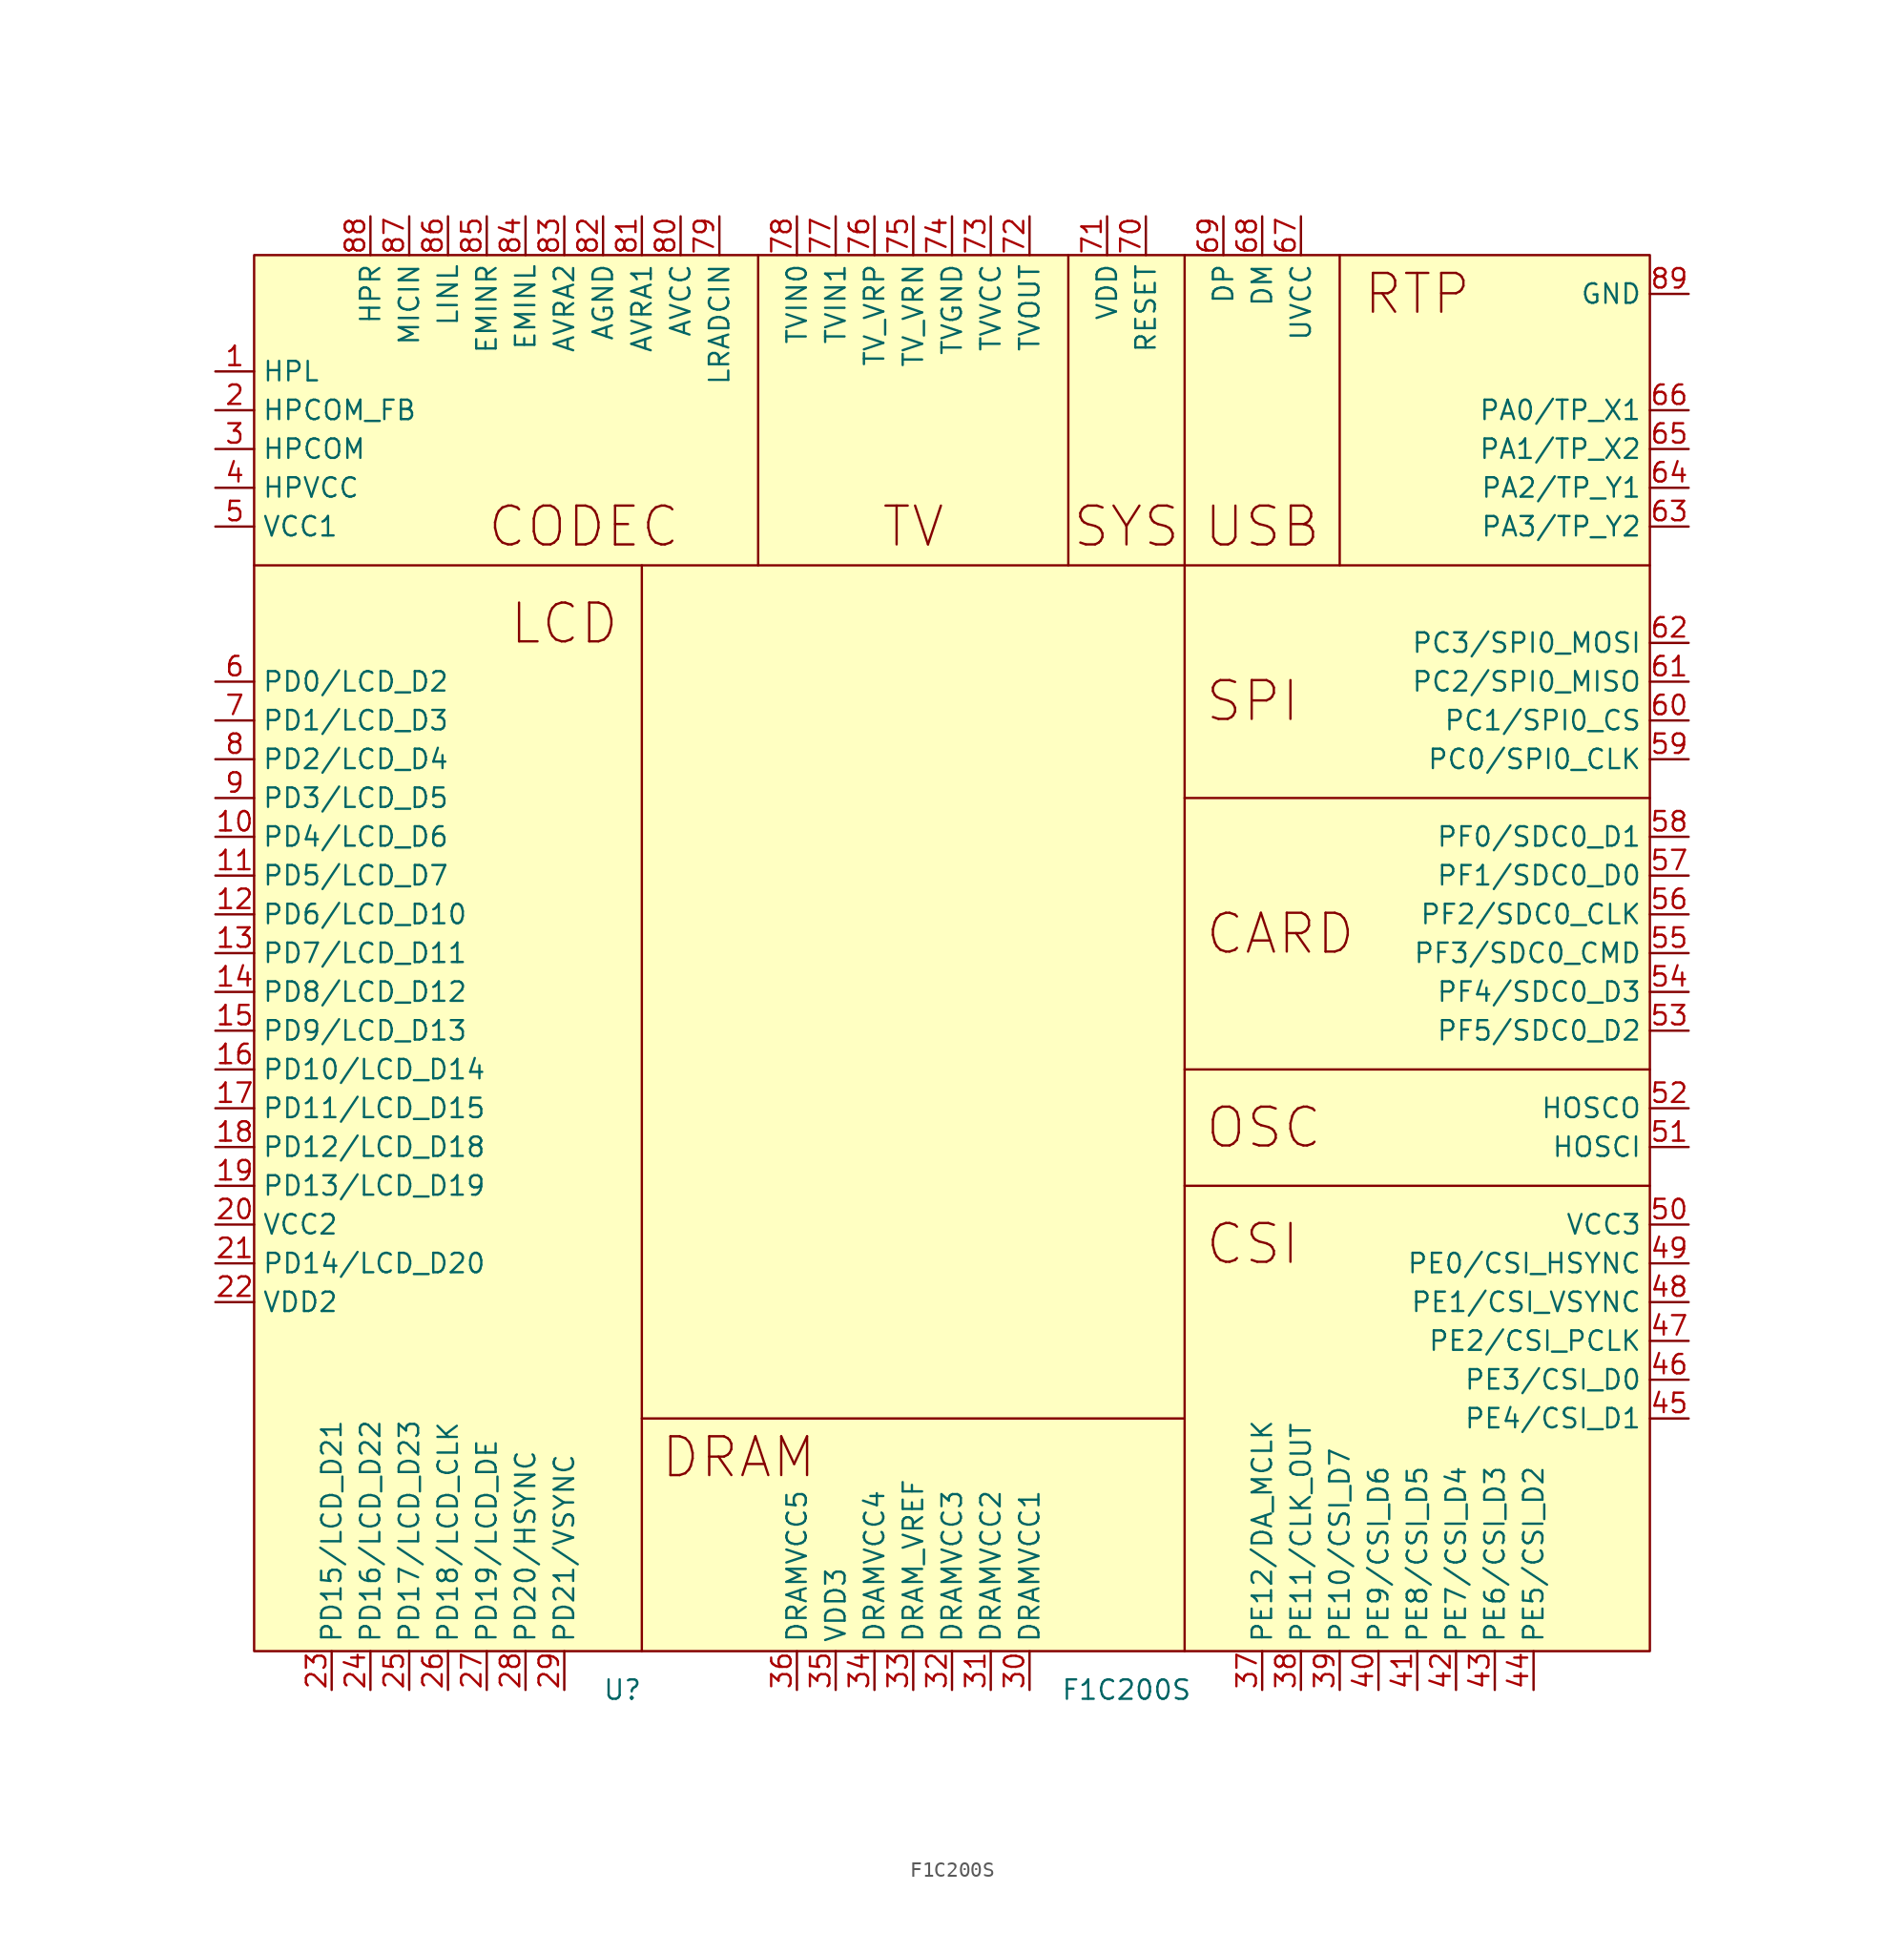
<source format=kicad_sym>
(kicad_symbol_lib
  (version 20211014)
  (generator kicad_symbol_editor)
  (symbol "F1C200S"
    (property "Reference" "U"
      (at 24.13 -93.98 0)
      (effects (font (size 1.27 1.27))))
    (property "Value" "F1C200S"
      (at 57.15 -93.98 0)
      (effects (font (size 1.27 1.27))))
    (symbol "F1C200S_0_0"
      (text "CARD" (at 62.23 -44.45 0) (effects (font (size 2.54 2.54)) (justify left)))
      (text "CODEC" (at 21.59 -17.78 0) (effects (font (size 2.54 2.54))))
      (text "CSI" (at 62.23 -64.77 0) (effects (font (size 2.54 2.54)) (justify left)))
      (text "DRAM" (at 31.75 -78.74 0) (effects (font (size 2.54 2.54))))
      (text "LCD" (at 20.32 -24.13 0) (effects (font (size 2.54 2.54))))
      (text "OSC" (at 62.23 -57.15 0) (effects (font (size 2.54 2.54)) (justify left)))
      (text "RTP" (at 76.2 -2.54 0) (effects (font (size 2.54 2.54))))
      (text "SPI" (at 62.23 -29.21 0) (effects (font (size 2.54 2.54)) (justify left)))
      (text "SYS" (at 57.15 -17.78 0) (effects (font (size 2.54 2.54))))
      (text "TV" (at 43.18 -17.78 0) (effects (font (size 2.54 2.54))))
      (text "USB" (at 66.04 -17.78 0) (effects (font (size 2.54 2.54)))))
    (symbol "F1C200S_0_1"
      (polyline (pts (xy 25.4 -91.44) (xy 25.4 -20.32)) (stroke (width 0) (type default) (color 0 0 0 0)) (fill (type none)))
      (polyline (pts (xy 25.4 -76.2) (xy 60.96 -76.2)) (stroke (width 0) (type default) (color 0 0 0 0)) (fill (type none)))
      (polyline (pts (xy 33.02 -20.32) (xy 91.44 -20.32)) (stroke (width 0) (type default) (color 0 0 0 0)) (fill (type none)))
      (polyline (pts (xy 53.34 0) (xy 53.34 -20.32)) (stroke (width 0) (type default) (color 0 0 0 0)) (fill (type none)))
      (polyline (pts (xy 60.96 -20.32) (xy 60.96 -91.44)) (stroke (width 0) (type default) (color 0 0 0 0)) (fill (type none)))
      (polyline (pts (xy 60.96 0) (xy 60.96 -20.32)) (stroke (width 0) (type default) (color 0 0 0 0)) (fill (type none)))
      (polyline (pts (xy 71.12 0) (xy 71.12 -20.32)) (stroke (width 0) (type default) (color 0 0 0 0)) (fill (type none)))
      (polyline (pts (xy 91.44 -60.96) (xy 60.96 -60.96)) (stroke (width 0) (type default) (color 0 0 0 0)) (fill (type none)))
      (polyline (pts (xy 91.44 -53.34) (xy 60.96 -53.34)) (stroke (width 0) (type default) (color 0 0 0 0)) (fill (type none)))
      (polyline (pts (xy 91.44 -35.56) (xy 60.96 -35.56)) (stroke (width 0) (type default) (color 0 0 0 0)) (fill (type none)))
      (polyline (pts (xy 0 -20.32) (xy 33.02 -20.32) (xy 33.02 0)) (stroke (width 0) (type default) (color 0 0 0 0)) (fill (type none)))
      (rectangle (start 0 0) (end 91.44 -91.44) (stroke (width 0) (type default) (color 0 0 0 0)) (fill (type background))))
    (symbol "F1C200S_1_1"
      (pin bidirectional line (at -2.54 -7.62 0) (length 2.54) (name "HPL" (effects (font (size 1.27 1.27)))) (number "1" (effects (font (size 1.27 1.27)))))
      (pin bidirectional line (at -2.54 -38.1 0) (length 2.54) (name "PD4/LCD_D6" (effects (font (size 1.27 1.27)))) (number "10" (effects (font (size 1.27 1.27)))))
      (pin bidirectional line (at -2.54 -40.64 0) (length 2.54) (name "PD5/LCD_D7" (effects (font (size 1.27 1.27)))) (number "11" (effects (font (size 1.27 1.27)))))
      (pin bidirectional line (at -2.54 -43.18 0) (length 2.54) (name "PD6/LCD_D10" (effects (font (size 1.27 1.27)))) (number "12" (effects (font (size 1.27 1.27)))))
      (pin bidirectional line (at -2.54 -45.72 0) (length 2.54) (name "PD7/LCD_D11" (effects (font (size 1.27 1.27)))) (number "13" (effects (font (size 1.27 1.27)))))
      (pin bidirectional line (at -2.54 -48.26 0) (length 2.54) (name "PD8/LCD_D12" (effects (font (size 1.27 1.27)))) (number "14" (effects (font (size 1.27 1.27)))))
      (pin bidirectional line (at -2.54 -50.8 0) (length 2.54) (name "PD9/LCD_D13" (effects (font (size 1.27 1.27)))) (number "15" (effects (font (size 1.27 1.27)))))
      (pin bidirectional line (at -2.54 -53.34 0) (length 2.54) (name "PD10/LCD_D14" (effects (font (size 1.27 1.27)))) (number "16" (effects (font (size 1.27 1.27)))))
      (pin bidirectional line (at -2.54 -55.88 0) (length 2.54) (name "PD11/LCD_D15" (effects (font (size 1.27 1.27)))) (number "17" (effects (font (size 1.27 1.27)))))
      (pin bidirectional line (at -2.54 -58.42 0) (length 2.54) (name "PD12/LCD_D18" (effects (font (size 1.27 1.27)))) (number "18" (effects (font (size 1.27 1.27)))))
      (pin bidirectional line (at -2.54 -60.96 0) (length 2.54) (name "PD13/LCD_D19" (effects (font (size 1.27 1.27)))) (number "19" (effects (font (size 1.27 1.27)))))
      (pin bidirectional line (at -2.54 -10.16 0) (length 2.54) (name "HPCOM_FB" (effects (font (size 1.27 1.27)))) (number "2" (effects (font (size 1.27 1.27)))))
      (pin power_in line (at -2.54 -63.5 0) (length 2.54) (name "VCC2" (effects (font (size 1.27 1.27)))) (number "20" (effects (font (size 1.27 1.27)))))
      (pin bidirectional line (at -2.54 -66.04 0) (length 2.54) (name "PD14/LCD_D20" (effects (font (size 1.27 1.27)))) (number "21" (effects (font (size 1.27 1.27)))))
      (pin power_in line (at -2.54 -68.58 0) (length 2.54) (name "VDD2" (effects (font (size 1.27 1.27)))) (number "22" (effects (font (size 1.27 1.27)))))
      (pin bidirectional line (at 5.08 -93.98 90) (length 2.54) (name "PD15/LCD_D21" (effects (font (size 1.27 1.27)))) (number "23" (effects (font (size 1.27 1.27)))))
      (pin bidirectional line (at 7.62 -93.98 90) (length 2.54) (name "PD16/LCD_D22" (effects (font (size 1.27 1.27)))) (number "24" (effects (font (size 1.27 1.27)))))
      (pin bidirectional line (at 10.16 -93.98 90) (length 2.54) (name "PD17/LCD_D23" (effects (font (size 1.27 1.27)))) (number "25" (effects (font (size 1.27 1.27)))))
      (pin bidirectional line (at 12.7 -93.98 90) (length 2.54) (name "PD18/LCD_CLK" (effects (font (size 1.27 1.27)))) (number "26" (effects (font (size 1.27 1.27)))))
      (pin bidirectional line (at 15.24 -93.98 90) (length 2.54) (name "PD19/LCD_DE" (effects (font (size 1.27 1.27)))) (number "27" (effects (font (size 1.27 1.27)))))
      (pin bidirectional line (at 17.78 -93.98 90) (length 2.54) (name "PD20/HSYNC" (effects (font (size 1.27 1.27)))) (number "28" (effects (font (size 1.27 1.27)))))
      (pin bidirectional line (at 20.32 -93.98 90) (length 2.54) (name "PD21/VSYNC" (effects (font (size 1.27 1.27)))) (number "29" (effects (font (size 1.27 1.27)))))
      (pin bidirectional line (at -2.54 -12.7 0) (length 2.54) (name "HPCOM" (effects (font (size 1.27 1.27)))) (number "3" (effects (font (size 1.27 1.27)))))
      (pin power_in line (at 50.8 -93.98 90) (length 2.54) (name "DRAMVCC1" (effects (font (size 1.27 1.27)))) (number "30" (effects (font (size 1.27 1.27)))))
      (pin power_in line (at 48.26 -93.98 90) (length 2.54) (name "DRAMVCC2" (effects (font (size 1.27 1.27)))) (number "31" (effects (font (size 1.27 1.27)))))
      (pin power_in line (at 45.72 -93.98 90) (length 2.54) (name "DRAMVCC3" (effects (font (size 1.27 1.27)))) (number "32" (effects (font (size 1.27 1.27)))))
      (pin bidirectional line (at 43.18 -93.98 90) (length 2.54) (name "DRAM_VREF" (effects (font (size 1.27 1.27)))) (number "33" (effects (font (size 1.27 1.27)))))
      (pin power_in line (at 40.64 -93.98 90) (length 2.54) (name "DRAMVCC4" (effects (font (size 1.27 1.27)))) (number "34" (effects (font (size 1.27 1.27)))))
      (pin power_in line (at 38.1 -93.98 90) (length 2.54) (name "VDD3" (effects (font (size 1.27 1.27)))) (number "35" (effects (font (size 1.27 1.27)))))
      (pin power_in line (at 35.56 -93.98 90) (length 2.54) (name "DRAMVCC5" (effects (font (size 1.27 1.27)))) (number "36" (effects (font (size 1.27 1.27)))))
      (pin bidirectional line (at 66.04 -93.98 90) (length 2.54) (name "PE12/DA_MCLK" (effects (font (size 1.27 1.27)))) (number "37" (effects (font (size 1.27 1.27)))))
      (pin bidirectional line (at 68.58 -93.98 90) (length 2.54) (name "PE11/CLK_OUT" (effects (font (size 1.27 1.27)))) (number "38" (effects (font (size 1.27 1.27)))))
      (pin bidirectional line (at 71.12 -93.98 90) (length 2.54) (name "PE10/CSI_D7" (effects (font (size 1.27 1.27)))) (number "39" (effects (font (size 1.27 1.27)))))
      (pin power_in line (at -2.54 -15.24 0) (length 2.54) (name "HPVCC" (effects (font (size 1.27 1.27)))) (number "4" (effects (font (size 1.27 1.27)))))
      (pin bidirectional line (at 73.66 -93.98 90) (length 2.54) (name "PE9/CSI_D6" (effects (font (size 1.27 1.27)))) (number "40" (effects (font (size 1.27 1.27)))))
      (pin bidirectional line (at 76.2 -93.98 90) (length 2.54) (name "PE8/CSI_D5" (effects (font (size 1.27 1.27)))) (number "41" (effects (font (size 1.27 1.27)))))
      (pin bidirectional line (at 78.74 -93.98 90) (length 2.54) (name "PE7/CSI_D4" (effects (font (size 1.27 1.27)))) (number "42" (effects (font (size 1.27 1.27)))))
      (pin bidirectional line (at 81.28 -93.98 90) (length 2.54) (name "PE6/CSI_D3" (effects (font (size 1.27 1.27)))) (number "43" (effects (font (size 1.27 1.27)))))
      (pin bidirectional line (at 83.82 -93.98 90) (length 2.54) (name "PE5/CSI_D2" (effects (font (size 1.27 1.27)))) (number "44" (effects (font (size 1.27 1.27)))))
      (pin bidirectional line (at 93.98 -76.2 180) (length 2.54) (name "PE4/CSI_D1" (effects (font (size 1.27 1.27)))) (number "45" (effects (font (size 1.27 1.27)))))
      (pin bidirectional line (at 93.98 -73.66 180) (length 2.54) (name "PE3/CSI_D0" (effects (font (size 1.27 1.27)))) (number "46" (effects (font (size 1.27 1.27)))))
      (pin bidirectional line (at 93.98 -71.12 180) (length 2.54) (name "PE2/CSI_PCLK" (effects (font (size 1.27 1.27)))) (number "47" (effects (font (size 1.27 1.27)))))
      (pin bidirectional line (at 93.98 -68.58 180) (length 2.54) (name "PE1/CSI_VSYNC" (effects (font (size 1.27 1.27)))) (number "48" (effects (font (size 1.27 1.27)))))
      (pin bidirectional line (at 93.98 -66.04 180) (length 2.54) (name "PE0/CSI_HSYNC" (effects (font (size 1.27 1.27)))) (number "49" (effects (font (size 1.27 1.27)))))
      (pin power_in line (at -2.54 -17.78 0) (length 2.54) (name "VCC1" (effects (font (size 1.27 1.27)))) (number "5" (effects (font (size 1.27 1.27)))))
      (pin power_in line (at 93.98 -63.5 180) (length 2.54) (name "VCC3" (effects (font (size 1.27 1.27)))) (number "50" (effects (font (size 1.27 1.27)))))
      (pin bidirectional line (at 93.98 -58.42 180) (length 2.54) (name "HOSCI" (effects (font (size 1.27 1.27)))) (number "51" (effects (font (size 1.27 1.27)))))
      (pin bidirectional line (at 93.98 -55.88 180) (length 2.54) (name "HOSCO" (effects (font (size 1.27 1.27)))) (number "52" (effects (font (size 1.27 1.27)))))
      (pin bidirectional line (at 93.98 -50.8 180) (length 2.54) (name "PF5/SDC0_D2" (effects (font (size 1.27 1.27)))) (number "53" (effects (font (size 1.27 1.27)))))
      (pin bidirectional line (at 93.98 -48.26 180) (length 2.54) (name "PF4/SDC0_D3" (effects (font (size 1.27 1.27)))) (number "54" (effects (font (size 1.27 1.27)))))
      (pin bidirectional line (at 93.98 -45.72 180) (length 2.54) (name "PF3/SDC0_CMD" (effects (font (size 1.27 1.27)))) (number "55" (effects (font (size 1.27 1.27)))))
      (pin bidirectional line (at 93.98 -43.18 180) (length 2.54) (name "PF2/SDC0_CLK" (effects (font (size 1.27 1.27)))) (number "56" (effects (font (size 1.27 1.27)))))
      (pin bidirectional line (at 93.98 -40.64 180) (length 2.54) (name "PF1/SDC0_D0" (effects (font (size 1.27 1.27)))) (number "57" (effects (font (size 1.27 1.27)))))
      (pin bidirectional line (at 93.98 -38.1 180) (length 2.54) (name "PF0/SDC0_D1" (effects (font (size 1.27 1.27)))) (number "58" (effects (font (size 1.27 1.27)))))
      (pin bidirectional line (at 93.98 -33.02 180) (length 2.54) (name "PC0/SPI0_CLK" (effects (font (size 1.27 1.27)))) (number "59" (effects (font (size 1.27 1.27)))))
      (pin bidirectional line (at -2.54 -27.94 0) (length 2.54) (name "PD0/LCD_D2" (effects (font (size 1.27 1.27)))) (number "6" (effects (font (size 1.27 1.27)))))
      (pin bidirectional line (at 93.98 -30.48 180) (length 2.54) (name "PC1/SPI0_CS" (effects (font (size 1.27 1.27)))) (number "60" (effects (font (size 1.27 1.27)))))
      (pin bidirectional line (at 93.98 -27.94 180) (length 2.54) (name "PC2/SPI0_MISO" (effects (font (size 1.27 1.27)))) (number "61" (effects (font (size 1.27 1.27)))))
      (pin bidirectional line (at 93.98 -25.4 180) (length 2.54) (name "PC3/SPI0_MOSI" (effects (font (size 1.27 1.27)))) (number "62" (effects (font (size 1.27 1.27)))))
      (pin bidirectional line (at 93.98 -17.78 180) (length 2.54) (name "PA3/TP_Y2" (effects (font (size 1.27 1.27)))) (number "63" (effects (font (size 1.27 1.27)))))
      (pin bidirectional line (at 93.98 -15.24 180) (length 2.54) (name "PA2/TP_Y1" (effects (font (size 1.27 1.27)))) (number "64" (effects (font (size 1.27 1.27)))))
      (pin bidirectional line (at 93.98 -12.7 180) (length 2.54) (name "PA1/TP_X2" (effects (font (size 1.27 1.27)))) (number "65" (effects (font (size 1.27 1.27)))))
      (pin bidirectional line (at 93.98 -10.16 180) (length 2.54) (name "PA0/TP_X1" (effects (font (size 1.27 1.27)))) (number "66" (effects (font (size 1.27 1.27)))))
      (pin power_in line (at 68.58 2.54 270) (length 2.54) (name "UVCC" (effects (font (size 1.27 1.27)))) (number "67" (effects (font (size 1.27 1.27)))))
      (pin bidirectional line (at 66.04 2.54 270) (length 2.54) (name "DM" (effects (font (size 1.27 1.27)))) (number "68" (effects (font (size 1.27 1.27)))))
      (pin bidirectional line (at 63.5 2.54 270) (length 2.54) (name "DP" (effects (font (size 1.27 1.27)))) (number "69" (effects (font (size 1.27 1.27)))))
      (pin bidirectional line (at -2.54 -30.48 0) (length 2.54) (name "PD1/LCD_D3" (effects (font (size 1.27 1.27)))) (number "7" (effects (font (size 1.27 1.27)))))
      (pin bidirectional line (at 58.42 2.54 270) (length 2.54) (name "RESET" (effects (font (size 1.27 1.27)))) (number "70" (effects (font (size 1.27 1.27)))))
      (pin power_in line (at 55.88 2.54 270) (length 2.54) (name "VDD" (effects (font (size 1.27 1.27)))) (number "71" (effects (font (size 1.27 1.27)))))
      (pin bidirectional line (at 50.8 2.54 270) (length 2.54) (name "TVOUT" (effects (font (size 1.27 1.27)))) (number "72" (effects (font (size 1.27 1.27)))))
      (pin bidirectional line (at 48.26 2.54 270) (length 2.54) (name "TVVCC" (effects (font (size 1.27 1.27)))) (number "73" (effects (font (size 1.27 1.27)))))
      (pin power_in line (at 45.72 2.54 270) (length 2.54) (name "TVGND" (effects (font (size 1.27 1.27)))) (number "74" (effects (font (size 1.27 1.27)))))
      (pin bidirectional line (at 43.18 2.54 270) (length 2.54) (name "TV_VRN" (effects (font (size 1.27 1.27)))) (number "75" (effects (font (size 1.27 1.27)))))
      (pin bidirectional line (at 40.64 2.54 270) (length 2.54) (name "TV_VRP" (effects (font (size 1.27 1.27)))) (number "76" (effects (font (size 1.27 1.27)))))
      (pin bidirectional line (at 38.1 2.54 270) (length 2.54) (name "TVIN1" (effects (font (size 1.27 1.27)))) (number "77" (effects (font (size 1.27 1.27)))))
      (pin bidirectional line (at 35.56 2.54 270) (length 2.54) (name "TVIN0" (effects (font (size 1.27 1.27)))) (number "78" (effects (font (size 1.27 1.27)))))
      (pin bidirectional line (at 30.48 2.54 270) (length 2.54) (name "LRADCIN" (effects (font (size 1.27 1.27)))) (number "79" (effects (font (size 1.27 1.27)))))
      (pin bidirectional line (at -2.54 -33.02 0) (length 2.54) (name "PD2/LCD_D4" (effects (font (size 1.27 1.27)))) (number "8" (effects (font (size 1.27 1.27)))))
      (pin power_in line (at 27.94 2.54 270) (length 2.54) (name "AVCC" (effects (font (size 1.27 1.27)))) (number "80" (effects (font (size 1.27 1.27)))))
      (pin bidirectional line (at 25.4 2.54 270) (length 2.54) (name "AVRA1" (effects (font (size 1.27 1.27)))) (number "81" (effects (font (size 1.27 1.27)))))
      (pin power_in line (at 22.86 2.54 270) (length 2.54) (name "AGND" (effects (font (size 1.27 1.27)))) (number "82" (effects (font (size 1.27 1.27)))))
      (pin bidirectional line (at 20.32 2.54 270) (length 2.54) (name "AVRA2" (effects (font (size 1.27 1.27)))) (number "83" (effects (font (size 1.27 1.27)))))
      (pin bidirectional line (at 17.78 2.54 270) (length 2.54) (name "EMINL" (effects (font (size 1.27 1.27)))) (number "84" (effects (font (size 1.27 1.27)))))
      (pin bidirectional line (at 15.24 2.54 270) (length 2.54) (name "EMINR" (effects (font (size 1.27 1.27)))) (number "85" (effects (font (size 1.27 1.27)))))
      (pin bidirectional line (at 12.7 2.54 270) (length 2.54) (name "LINL" (effects (font (size 1.27 1.27)))) (number "86" (effects (font (size 1.27 1.27)))))
      (pin bidirectional line (at 10.16 2.54 270) (length 2.54) (name "MICIN" (effects (font (size 1.27 1.27)))) (number "87" (effects (font (size 1.27 1.27)))))
      (pin bidirectional line (at 7.62 2.54 270) (length 2.54) (name "HPR" (effects (font (size 1.27 1.27)))) (number "88" (effects (font (size 1.27 1.27)))))
      (pin power_in line (at 93.98 -2.54 180) (length 2.54) (name "GND" (effects (font (size 1.27 1.27)))) (number "89" (effects (font (size 1.27 1.27)))))
      (pin bidirectional line (at -2.54 -35.56 0) (length 2.54) (name "PD3/LCD_D5" (effects (font (size 1.27 1.27)))) (number "9" (effects (font (size 1.27 1.27))))))))
</source>
